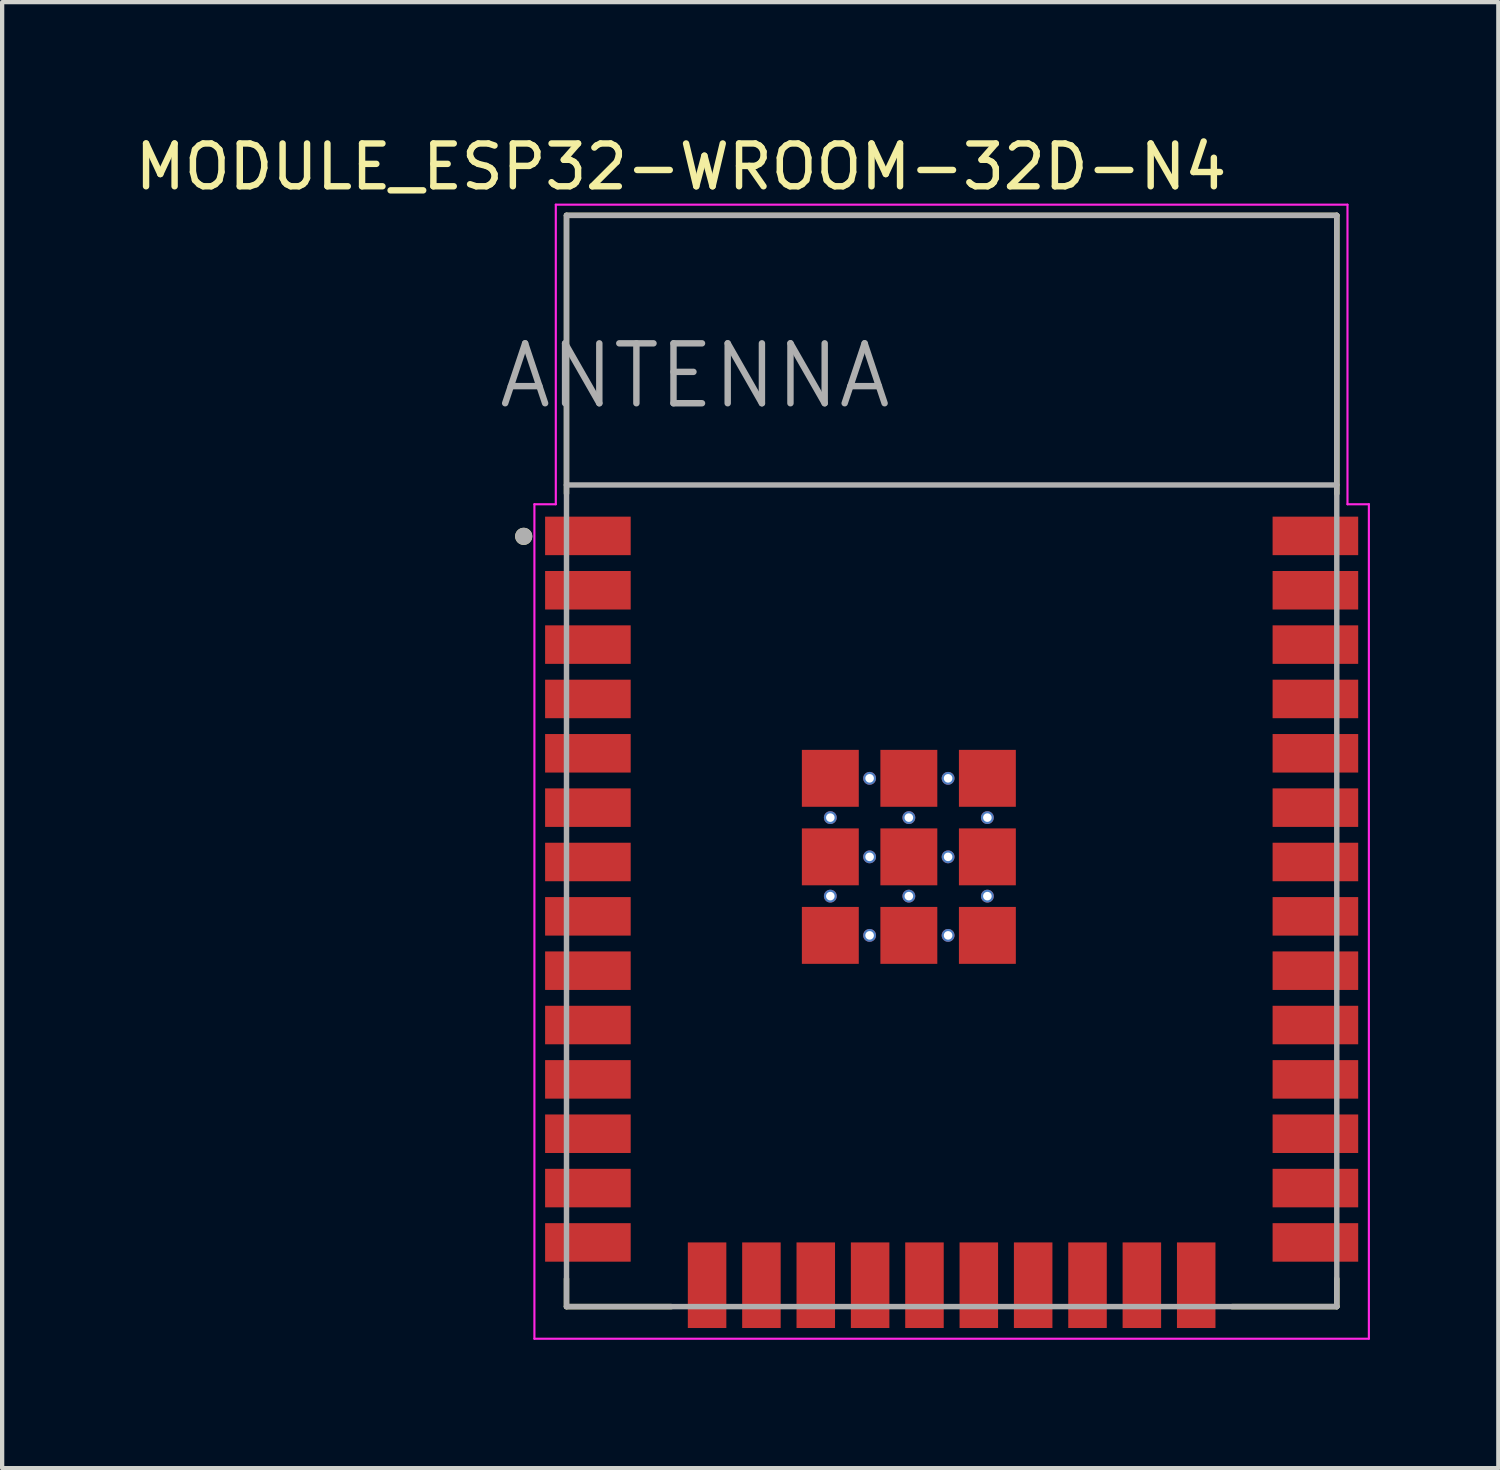
<source format=kicad_pcb>
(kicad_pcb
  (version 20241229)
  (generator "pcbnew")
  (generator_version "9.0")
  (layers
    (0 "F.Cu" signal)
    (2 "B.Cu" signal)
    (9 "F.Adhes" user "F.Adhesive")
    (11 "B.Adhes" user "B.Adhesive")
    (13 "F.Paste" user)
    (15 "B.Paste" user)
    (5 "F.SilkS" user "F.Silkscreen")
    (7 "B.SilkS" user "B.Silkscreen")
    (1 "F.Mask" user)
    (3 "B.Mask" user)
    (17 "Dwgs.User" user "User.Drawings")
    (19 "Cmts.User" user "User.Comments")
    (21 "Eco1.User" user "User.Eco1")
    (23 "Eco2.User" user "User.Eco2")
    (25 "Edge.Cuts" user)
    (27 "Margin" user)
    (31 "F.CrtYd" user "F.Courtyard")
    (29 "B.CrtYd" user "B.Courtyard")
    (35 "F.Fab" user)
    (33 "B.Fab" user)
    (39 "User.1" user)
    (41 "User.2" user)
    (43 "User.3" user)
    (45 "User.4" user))
  (footprint "MODULE_ESP32-WROOM-32D-N4"
    (layer "F.Cu")
    (at 19.188 14.733)
    (property "Reference" "MODULE_ESP32-WROOM-32D-N4" (at -6.325 -13.885 0) (layer "F.SilkS") (effects (font (size 1 1) (thickness 0.15))))
    (attr smd)
    (fp_line (start -9 -12.75) (end 9 -12.75) (stroke (width 0.127) (type solid)) (layer "F.SilkS"))
    (fp_line (start -9 -6.25) (end -9 -12.75) (stroke (width 0.127) (type solid)) (layer "F.SilkS"))
    (fp_line (start -9 12.1) (end -9 12.75) (stroke (width 0.127) (type solid)) (layer "F.SilkS"))
    (fp_line (start -9 12.75) (end -6.55 12.75) (stroke (width 0.127) (type solid)) (layer "F.SilkS"))
    (fp_line (start 6.55 12.75) (end 9 12.75) (stroke (width 0.127) (type solid)) (layer "F.SilkS"))
    (fp_line (start 9 -12.75) (end 9 -6.25) (stroke (width 0.127) (type solid)) (layer "F.SilkS"))
    (fp_line (start 9 12.75) (end 9 12.1) (stroke (width 0.127) (type solid)) (layer "F.SilkS"))
    (fp_circle (center -10 -5.25) (end -9.9 -5.25) (stroke (width 0.2) (type solid)) (fill no) (layer "F.SilkS"))
    (fp_line (start -9.75 -6) (end -9.25 -6) (stroke (width 0.05) (type solid)) (layer "F.CrtYd"))
    (fp_line (start -9.75 13.5) (end -9.75 -6) (stroke (width 0.05) (type solid)) (layer "F.CrtYd"))
    (fp_line (start -9.25 -13) (end 9.25 -13) (stroke (width 0.05) (type solid)) (layer "F.CrtYd"))
    (fp_line (start -9.25 -6) (end -9.25 -13) (stroke (width 0.05) (type solid)) (layer "F.CrtYd"))
    (fp_line (start 9.25 -13) (end 9.25 -6) (stroke (width 0.05) (type solid)) (layer "F.CrtYd"))
    (fp_line (start 9.25 -6) (end 9.75 -6) (stroke (width 0.05) (type solid)) (layer "F.CrtYd"))
    (fp_line (start 9.75 -6) (end 9.75 13.5) (stroke (width 0.05) (type solid)) (layer "F.CrtYd"))
    (fp_line (start 9.75 13.5) (end -9.75 13.5) (stroke (width 0.05) (type solid)) (layer "F.CrtYd"))
    (fp_line (start -9 -12.75) (end -9 -6.45) (stroke (width 0.127) (type solid)) (layer "F.Fab"))
    (fp_line (start -9 -12.75) (end 9 -12.75) (stroke (width 0.127) (type solid)) (layer "F.Fab"))
    (fp_line (start -9 -6.45) (end 9 -6.45) (stroke (width 0.127) (type solid)) (layer "F.Fab"))
    (fp_line (start -9 12.75) (end -9 -6.45) (stroke (width 0.127) (type solid)) (layer "F.Fab"))
    (fp_line (start 9 -12.75) (end 9 -6.45) (stroke (width 0.127) (type solid)) (layer "F.Fab"))
    (fp_line (start 9 -6.45) (end 9 12.75) (stroke (width 0.127) (type solid)) (layer "F.Fab"))
    (fp_line (start 9 12.75) (end -9 12.75) (stroke (width 0.127) (type solid)) (layer "F.Fab"))
    (fp_circle (center -10 -5.25) (end -9.9 -5.25) (stroke (width 0.2) (type solid)) (fill no) (layer "F.Fab"))
    (fp_text user "ANTENNA" (at -6 -9 0) (layer "F.Fab") (effects (font (size 1.4 1.4) (thickness 0.15))))
    (pad "1" smd rect (at -8.5 -5.26) (size 2 0.9) (layers "F.Cu" "F.Mask" "F.Paste"))
    (pad "2" smd rect (at -8.5 -3.99) (size 2 0.9) (layers "F.Cu" "F.Mask" "F.Paste"))
    (pad "3" smd rect (at -8.5 -2.72) (size 2 0.9) (layers "F.Cu" "F.Mask" "F.Paste"))
    (pad "4" smd rect (at -8.5 -1.45) (size 2 0.9) (layers "F.Cu" "F.Mask" "F.Paste"))
    (pad "5" smd rect (at -8.5 -0.18) (size 2 0.9) (layers "F.Cu" "F.Mask" "F.Paste"))
    (pad "6" smd rect (at -8.5 1.09) (size 2 0.9) (layers "F.Cu" "F.Mask" "F.Paste"))
    (pad "7" smd rect (at -8.5 2.36) (size 2 0.9) (layers "F.Cu" "F.Mask" "F.Paste"))
    (pad "8" smd rect (at -8.5 3.63) (size 2 0.9) (layers "F.Cu" "F.Mask" "F.Paste"))
    (pad "9" smd rect (at -8.5 4.9) (size 2 0.9) (layers "F.Cu" "F.Mask" "F.Paste"))
    (pad "10" smd rect (at -8.5 6.17) (size 2 0.9) (layers "F.Cu" "F.Mask" "F.Paste"))
    (pad "11" smd rect (at -8.5 7.44) (size 2 0.9) (layers "F.Cu" "F.Mask" "F.Paste"))
    (pad "12" smd rect (at -8.5 8.71) (size 2 0.9) (layers "F.Cu" "F.Mask" "F.Paste"))
    (pad "13" smd rect (at -8.5 9.98) (size 2 0.9) (layers "F.Cu" "F.Mask" "F.Paste"))
    (pad "14" smd rect (at -8.5 11.25) (size 2 0.9) (layers "F.Cu" "F.Mask" "F.Paste"))
    (pad "15" smd rect (at -5.715 12.25) (size 0.9 2) (layers "F.Cu" "F.Mask" "F.Paste"))
    (pad "16" smd rect (at -4.445 12.25) (size 0.9 2) (layers "F.Cu" "F.Mask" "F.Paste"))
    (pad "17" smd rect (at -3.175 12.25) (size 0.9 2) (layers "F.Cu" "F.Mask" "F.Paste"))
    (pad "18" smd rect (at -1.905 12.25) (size 0.9 2) (layers "F.Cu" "F.Mask" "F.Paste"))
    (pad "19" smd rect (at -0.635 12.25) (size 0.9 2) (layers "F.Cu" "F.Mask" "F.Paste"))
    (pad "20" smd rect (at 0.635 12.25) (size 0.9 2) (layers "F.Cu" "F.Mask" "F.Paste"))
    (pad "21" smd rect (at 1.905 12.25) (size 0.9 2) (layers "F.Cu" "F.Mask" "F.Paste"))
    (pad "22" smd rect (at 3.175 12.25) (size 0.9 2) (layers "F.Cu" "F.Mask" "F.Paste"))
    (pad "23" smd rect (at 4.445 12.25) (size 0.9 2) (layers "F.Cu" "F.Mask" "F.Paste"))
    (pad "24" smd rect (at 5.715 12.25) (size 0.9 2) (layers "F.Cu" "F.Mask" "F.Paste"))
    (pad "25" smd rect (at 8.5 11.25) (size 2 0.9) (layers "F.Cu" "F.Mask" "F.Paste"))
    (pad "26" smd rect (at 8.5 9.98) (size 2 0.9) (layers "F.Cu" "F.Mask" "F.Paste"))
    (pad "27" smd rect (at 8.5 8.71) (size 2 0.9) (layers "F.Cu" "F.Mask" "F.Paste"))
    (pad "28" smd rect (at 8.5 7.44) (size 2 0.9) (layers "F.Cu" "F.Mask" "F.Paste"))
    (pad "29" smd rect (at 8.5 6.17) (size 2 0.9) (layers "F.Cu" "F.Mask" "F.Paste"))
    (pad "30" smd rect (at 8.5 4.9) (size 2 0.9) (layers "F.Cu" "F.Mask" "F.Paste"))
    (pad "31" smd rect (at 8.5 3.63) (size 2 0.9) (layers "F.Cu" "F.Mask" "F.Paste"))
    (pad "32" smd rect (at 8.5 2.36) (size 2 0.9) (layers "F.Cu" "F.Mask" "F.Paste"))
    (pad "33" smd rect (at 8.5 1.09) (size 2 0.9) (layers "F.Cu" "F.Mask" "F.Paste"))
    (pad "34" smd rect (at 8.5 -0.18) (size 2 0.9) (layers "F.Cu" "F.Mask" "F.Paste"))
    (pad "35" smd rect (at 8.5 -1.45) (size 2 0.9) (layers "F.Cu" "F.Mask" "F.Paste"))
    (pad "36" smd rect (at 8.5 -2.72) (size 2 0.9) (layers "F.Cu" "F.Mask" "F.Paste"))
    (pad "37" smd rect (at 8.5 -3.99) (size 2 0.9) (layers "F.Cu" "F.Mask" "F.Paste"))
    (pad "38" smd rect (at 8.5 -5.26) (size 2 0.9) (layers "F.Cu" "F.Mask" "F.Paste"))
    (pad "39_1" smd rect (at -2.835 0.405) (size 1.33 1.33) (layers "F.Cu" "F.Mask" "F.Paste"))
    (pad "39_2" smd rect (at -1 0.405) (size 1.33 1.33) (layers "F.Cu" "F.Mask" "F.Paste"))
    (pad "39_3" smd rect (at 0.835 0.405) (size 1.33 1.33) (layers "F.Cu" "F.Mask" "F.Paste"))
    (pad "39_4" smd rect (at -2.835 2.24) (size 1.33 1.33) (layers "F.Cu" "F.Mask" "F.Paste"))
    (pad "39_5" smd rect (at -1 2.24) (size 1.33 1.33) (layers "F.Cu" "F.Mask" "F.Paste"))
    (pad "39_6" smd rect (at 0.835 2.24) (size 1.33 1.33) (layers "F.Cu" "F.Mask" "F.Paste"))
    (pad "39_7" smd rect (at -2.835 4.075) (size 1.33 1.33) (layers "F.Cu" "F.Mask" "F.Paste"))
    (pad "39_8" smd rect (at -1 4.075) (size 1.33 1.33) (layers "F.Cu" "F.Mask" "F.Paste"))
    (pad "39_9" smd rect (at 0.835 4.075) (size 1.33 1.33) (layers "F.Cu" "F.Mask" "F.Paste"))
    (pad "39_10" thru_hole circle (at -1.917 0.405) (size 0.3 0.3) (drill 0.2) (layers "*.Cu" "*.Mask"))
    (pad "39_11" thru_hole circle (at -0.083 0.405) (size 0.3 0.3) (drill 0.2) (layers "*.Cu" "*.Mask"))
    (pad "39_12" thru_hole circle (at -2.835 1.323) (size 0.3 0.3) (drill 0.2) (layers "*.Cu" "*.Mask"))
    (pad "39_13" thru_hole circle (at -1 1.323) (size 0.3 0.3) (drill 0.2) (layers "*.Cu" "*.Mask"))
    (pad "39_14" thru_hole circle (at 0.835 1.323) (size 0.3 0.3) (drill 0.2) (layers "*.Cu" "*.Mask"))
    (pad "39_15" thru_hole circle (at -1.917 2.24) (size 0.3 0.3) (drill 0.2) (layers "*.Cu" "*.Mask"))
    (pad "39_16" thru_hole circle (at -0.083 2.24) (size 0.3 0.3) (drill 0.2) (layers "*.Cu" "*.Mask"))
    (pad "39_17" thru_hole circle (at -2.835 3.158) (size 0.3 0.3) (drill 0.2) (layers "*.Cu" "*.Mask"))
    (pad "39_18" thru_hole circle (at -1 3.158) (size 0.3 0.3) (drill 0.2) (layers "*.Cu" "*.Mask"))
    (pad "39_19" thru_hole circle (at 0.835 3.158) (size 0.3 0.3) (drill 0.2) (layers "*.Cu" "*.Mask"))
    (pad "39_20" thru_hole circle (at -1.917 4.075) (size 0.3 0.3) (drill 0.2) (layers "*.Cu" "*.Mask"))
    (pad "39_21" thru_hole circle (at -0.083 4.075) (size 0.3 0.3) (drill 0.2) (layers "*.Cu" "*.Mask"))
    (zone (net_name "") (layer "F.Cu") (hatch full 0.508) (connect_pads) (min_thickness 0.01) (filled_areas_thickness no) (keepout (tracks not_allowed) (vias not_allowed) (pads not_allowed) (copperpour not_allowed) (footprints allowed)) (placement (enabled no)) (fill) (polygon (pts (xy 10.188 1.983) (xy 28.188 1.983) (xy 28.188 8.283) (xy 10.188 8.283))))
    (zone (net_name "") (layers "F.Cu" "B.Cu") (hatch full 0.508) (connect_pads) (min_thickness 0.01) (filled_areas_thickness no) (keepout (tracks allowed) (vias not_allowed) (pads allowed) (copperpour allowed) (footprints allowed)) (placement (enabled no)) (fill) (polygon (pts (xy 10.188 1.983) (xy 28.188 1.983) (xy 28.188 8.283) (xy 10.188 8.283)))))
  (gr_rect
    (start -3 -3)
    (end 31.963 31.258)
    (stroke (width 0.1) (type default))
    (fill no)
    (layer "Edge.Cuts")))
</source>
